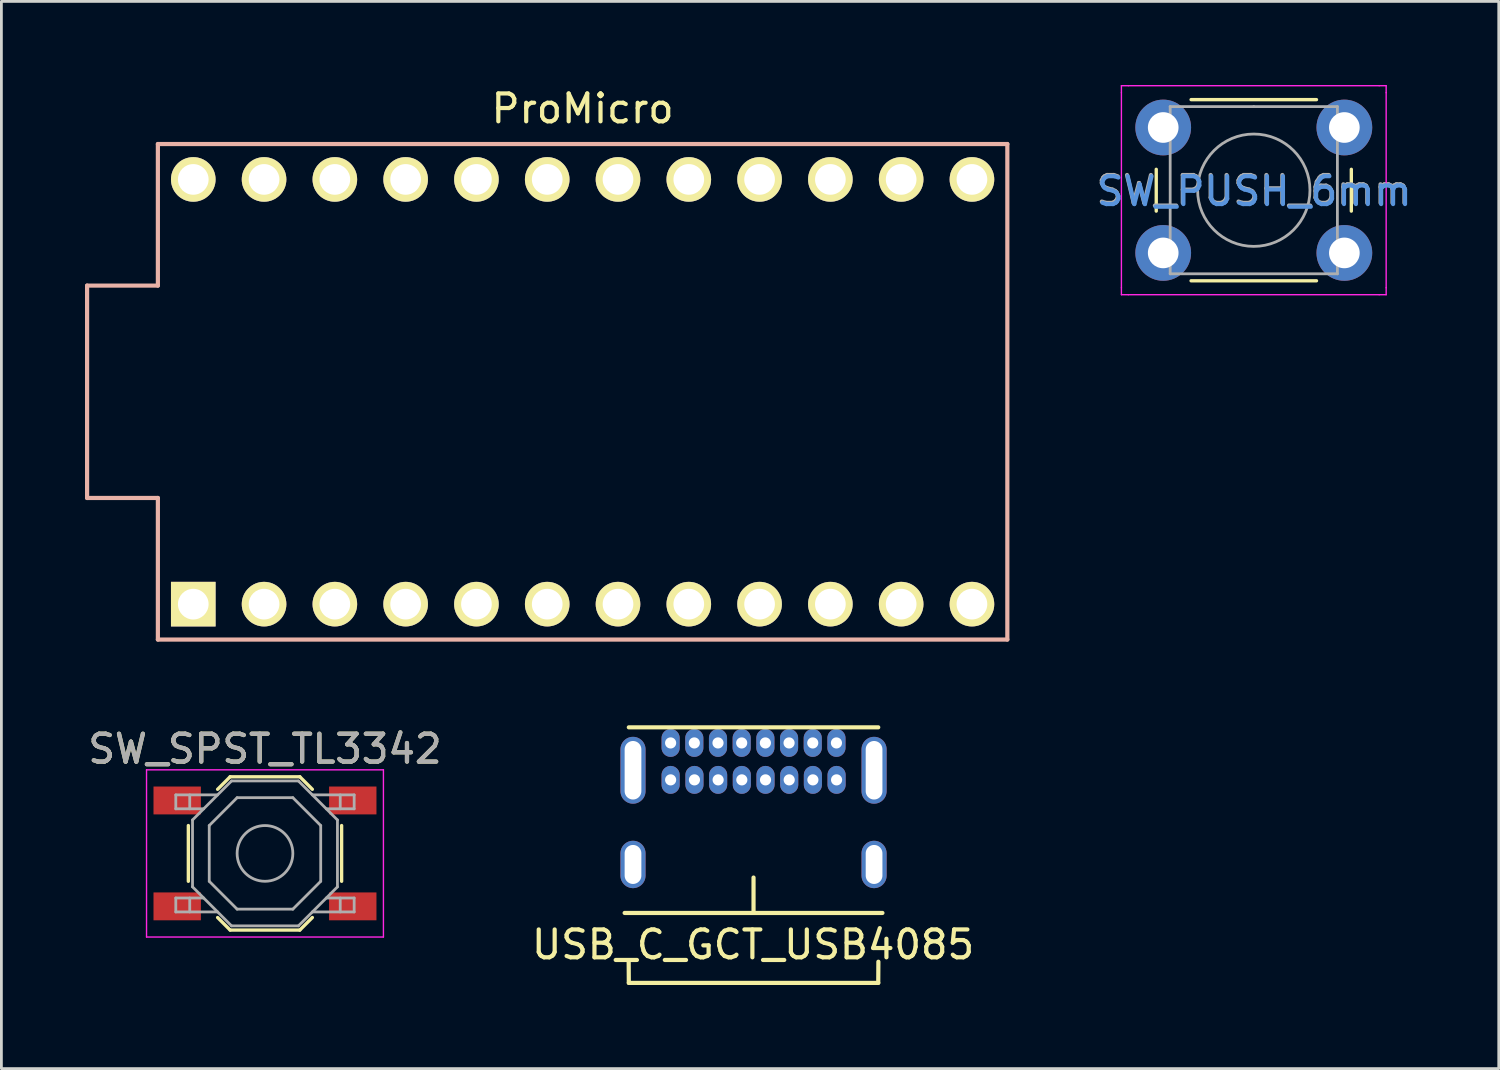
<source format=kicad_pcb>
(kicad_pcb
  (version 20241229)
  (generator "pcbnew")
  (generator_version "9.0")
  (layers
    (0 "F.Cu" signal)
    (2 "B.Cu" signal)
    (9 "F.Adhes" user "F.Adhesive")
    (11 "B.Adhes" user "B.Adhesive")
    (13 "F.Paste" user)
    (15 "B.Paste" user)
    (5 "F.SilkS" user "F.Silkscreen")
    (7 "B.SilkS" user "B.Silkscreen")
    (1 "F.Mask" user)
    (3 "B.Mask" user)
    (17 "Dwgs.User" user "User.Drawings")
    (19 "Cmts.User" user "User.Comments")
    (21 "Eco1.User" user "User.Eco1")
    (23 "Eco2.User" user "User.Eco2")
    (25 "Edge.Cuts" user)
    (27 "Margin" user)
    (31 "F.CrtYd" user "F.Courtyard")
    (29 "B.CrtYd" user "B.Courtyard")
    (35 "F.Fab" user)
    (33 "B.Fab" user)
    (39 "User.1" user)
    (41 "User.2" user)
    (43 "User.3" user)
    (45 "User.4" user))
  (footprint "ProMicro"
    (layer "F.Cu")
    (at 17.855 11.008)
    (property "Reference" "ProMicro" (at 0 -10.16 0) (layer "F.SilkS") (effects (font (size 1 1) (thickness 0.15))))
    (attr through_hole)
    (fp_line (start -17.78 -3.81) (end -15.24 -3.81) (stroke (width 0.15) (type solid)) (layer "B.SilkS"))
    (fp_line (start -17.78 3.81) (end -17.78 -3.81) (stroke (width 0.15) (type solid)) (layer "B.SilkS"))
    (fp_line (start -15.24 -8.89) (end 15.24 -8.89) (stroke (width 0.15) (type solid)) (layer "B.SilkS"))
    (fp_line (start -15.24 -3.81) (end -15.24 -8.89) (stroke (width 0.15) (type solid)) (layer "B.SilkS"))
    (fp_line (start -15.24 3.81) (end -17.78 3.81) (stroke (width 0.15) (type solid)) (layer "B.SilkS"))
    (fp_line (start -15.24 8.89) (end -15.24 3.81) (stroke (width 0.15) (type solid)) (layer "B.SilkS"))
    (fp_line (start -15.24 8.89) (end 15.24 8.89) (stroke (width 0.15) (type solid)) (layer "B.SilkS"))
    (fp_line (start 15.24 -8.89) (end 15.24 8.89) (stroke (width 0.15) (type solid)) (layer "B.SilkS"))
    (pad "1" thru_hole rect (at -13.97 7.62) (size 1.6 1.6) (drill 1.1) (layers "*.Cu" "*.Mask" "F.SilkS"))
    (pad "2" thru_hole circle (at -11.43 7.62) (size 1.6 1.6) (drill 1.1) (layers "*.Cu" "*.Mask" "F.SilkS"))
    (pad "3" thru_hole circle (at -8.89 7.62) (size 1.6 1.6) (drill 1.1) (layers "*.Cu" "*.Mask" "F.SilkS"))
    (pad "4" thru_hole circle (at -6.35 7.62) (size 1.6 1.6) (drill 1.1) (layers "*.Cu" "*.Mask" "F.SilkS"))
    (pad "5" thru_hole circle (at -3.81 7.62) (size 1.6 1.6) (drill 1.1) (layers "*.Cu" "*.Mask" "F.SilkS"))
    (pad "6" thru_hole circle (at -1.27 7.62) (size 1.6 1.6) (drill 1.1) (layers "*.Cu" "*.Mask" "F.SilkS"))
    (pad "7" thru_hole circle (at 1.27 7.62) (size 1.6 1.6) (drill 1.1) (layers "*.Cu" "*.Mask" "F.SilkS"))
    (pad "8" thru_hole circle (at 3.81 7.62) (size 1.6 1.6) (drill 1.1) (layers "*.Cu" "*.Mask" "F.SilkS"))
    (pad "9" thru_hole circle (at 6.35 7.62) (size 1.6 1.6) (drill 1.1) (layers "*.Cu" "*.Mask" "F.SilkS"))
    (pad "10" thru_hole circle (at 8.89 7.62) (size 1.6 1.6) (drill 1.1) (layers "*.Cu" "*.Mask" "F.SilkS"))
    (pad "11" thru_hole circle (at 11.43 7.62) (size 1.6 1.6) (drill 1.1) (layers "*.Cu" "*.Mask" "F.SilkS"))
    (pad "12" thru_hole circle (at 13.97 7.62) (size 1.6 1.6) (drill 1.1) (layers "*.Cu" "*.Mask" "F.SilkS"))
    (pad "13" thru_hole circle (at 13.97 -7.62) (size 1.6 1.6) (drill 1.1) (layers "*.Cu" "*.Mask" "F.SilkS"))
    (pad "14" thru_hole circle (at 11.43 -7.62) (size 1.6 1.6) (drill 1.1) (layers "*.Cu" "*.Mask" "F.SilkS"))
    (pad "15" thru_hole circle (at 8.89 -7.62) (size 1.6 1.6) (drill 1.1) (layers "*.Cu" "*.Mask" "F.SilkS"))
    (pad "16" thru_hole circle (at 6.35 -7.62) (size 1.6 1.6) (drill 1.1) (layers "*.Cu" "*.Mask" "F.SilkS"))
    (pad "17" thru_hole circle (at 3.81 -7.62) (size 1.6 1.6) (drill 1.1) (layers "*.Cu" "*.Mask" "F.SilkS"))
    (pad "18" thru_hole circle (at 1.27 -7.62) (size 1.6 1.6) (drill 1.1) (layers "*.Cu" "*.Mask" "F.SilkS"))
    (pad "19" thru_hole circle (at -1.27 -7.62) (size 1.6 1.6) (drill 1.1) (layers "*.Cu" "*.Mask" "F.SilkS"))
    (pad "20" thru_hole circle (at -3.81 -7.62) (size 1.6 1.6) (drill 1.1) (layers "*.Cu" "*.Mask" "F.SilkS"))
    (pad "21" thru_hole circle (at -6.35 -7.62) (size 1.6 1.6) (drill 1.1) (layers "*.Cu" "*.Mask" "F.SilkS"))
    (pad "22" thru_hole circle (at -8.89 -7.62) (size 1.6 1.6) (drill 1.1) (layers "*.Cu" "*.Mask" "F.SilkS"))
    (pad "23" thru_hole circle (at -11.43 -7.62) (size 1.6 1.6) (drill 1.1) (layers "*.Cu" "*.Mask" "F.SilkS"))
    (pad "24" thru_hole circle (at -13.97 -7.62) (size 1.6 1.6) (drill 1.1) (layers "*.Cu" "*.Mask" "F.SilkS")))
  (footprint "USB_C_GCT_USB4085"
    (layer "F.Cu")
    (at 23.988 29.708)
    (property "Reference" "USB_C_GCT_USB4085" (at -0.017 1.137 0) (layer "F.SilkS") (effects (font (size 1 1) (thickness 0.15))))
    (attr through_hole)
    (fp_line (start -4.625 0) (end 4.625 0) (stroke (width 0.15) (type solid)) (layer "F.SilkS"))
    (fp_line (start -4.475 -6.66) (end 4.475 -6.66) (stroke (width 0.15) (type solid)) (layer "F.SilkS"))
    (fp_line (start -4.475 2.51) (end -4.48 1.75) (stroke (width 0.15) (type solid)) (layer "F.SilkS"))
    (fp_line (start -4.475 2.51) (end 4.475 2.51) (stroke (width 0.15) (type solid)) (layer "F.SilkS"))
    (fp_line (start 0 0) (end 0 -1.27) (stroke (width 0.15) (type solid)) (layer "F.SilkS"))
    (fp_line (start 4.48 1.75) (end 4.475 2.51) (stroke (width 0.15) (type solid)) (layer "F.SilkS"))
    (pad "A1" thru_hole oval (at -2.975 -6.1) (size 0.65 1) (drill 0.4) (layers "*.Cu" "*.Mask"))
    (pad "A4" thru_hole oval (at -2.125 -6.1) (size 0.65 1) (drill 0.4) (layers "*.Cu" "*.Mask"))
    (pad "A5" thru_hole oval (at -1.275 -6.1) (size 0.65 1) (drill 0.4) (layers "*.Cu" "*.Mask"))
    (pad "A6" thru_hole oval (at -0.425 -6.1) (size 0.65 1) (drill 0.4) (layers "*.Cu" "*.Mask"))
    (pad "A7" thru_hole oval (at 0.425 -6.1) (size 0.65 1) (drill 0.4) (layers "*.Cu" "*.Mask"))
    (pad "A8" thru_hole oval (at 1.275 -6.1) (size 0.65 1) (drill 0.4) (layers "*.Cu" "*.Mask"))
    (pad "A9" thru_hole oval (at 2.125 -6.1) (size 0.65 1) (drill 0.4) (layers "*.Cu" "*.Mask"))
    (pad "A12" thru_hole oval (at 2.975 -6.1) (size 0.65 1) (drill 0.4) (layers "*.Cu" "*.Mask"))
    (pad "B1" thru_hole oval (at 2.98 -4.775) (size 0.65 1) (drill 0.4) (layers "*.Cu" "*.Mask"))
    (pad "B4" thru_hole oval (at 2.13 -4.775) (size 0.65 1) (drill 0.4) (layers "*.Cu" "*.Mask"))
    (pad "B5" thru_hole oval (at 1.28 -4.775) (size 0.65 1) (drill 0.4) (layers "*.Cu" "*.Mask"))
    (pad "B6" thru_hole oval (at 0.43 -4.775) (size 0.65 1) (drill 0.4) (layers "*.Cu" "*.Mask"))
    (pad "B7" thru_hole oval (at -0.42 -4.775) (size 0.65 1) (drill 0.4) (layers "*.Cu" "*.Mask"))
    (pad "B8" thru_hole oval (at -1.27 -4.775) (size 0.65 1) (drill 0.4) (layers "*.Cu" "*.Mask"))
    (pad "B9" thru_hole oval (at -2.12 -4.775) (size 0.65 1) (drill 0.4) (layers "*.Cu" "*.Mask"))
    (pad "B12" thru_hole oval (at -2.975 -4.775) (size 0.65 1) (drill 0.4) (layers "*.Cu" "*.Mask"))
    (pad "S1" thru_hole oval (at -4.325 -5.12) (size 0.9 2.4) (drill oval 0.6 2.1) (layers "*.Cu" "*.Mask"))
    (pad "S1" thru_hole oval (at -4.325 -1.74) (size 0.9 1.7) (drill oval 0.6 1.4) (layers "*.Cu" "*.Mask"))
    (pad "S1" thru_hole oval (at 4.325 -5.12) (size 0.9 2.4) (drill oval 0.6 2.1) (layers "*.Cu" "*.Mask"))
    (pad "S1" thru_hole oval (at 4.325 -1.74) (size 0.9 1.7) (drill oval 0.6 1.4) (layers "*.Cu" "*.Mask")))
  (footprint "SW_PUSH_6mm"
    (layer "F.Cu")
    (at 38.688 1.525)
    (property "Reference" "SW_PUSH_6mm" (at 3.272 2.292 0) (layer "Cmts.User") (effects (font (size 1 1) (thickness 0.15))))
    (attr through_hole)
    (fp_line (start -0.25 1.5) (end -0.25 3) (stroke (width 0.12) (type solid)) (layer "F.SilkS"))
    (fp_line (start 1 5.5) (end 5.5 5.5) (stroke (width 0.12) (type solid)) (layer "F.SilkS"))
    (fp_line (start 5.5 -1) (end 1 -1) (stroke (width 0.12) (type solid)) (layer "F.SilkS"))
    (fp_line (start 6.75 3) (end 6.75 1.5) (stroke (width 0.12) (type solid)) (layer "F.SilkS"))
    (fp_line (start -1.5 -1.5) (end -1.25 -1.5) (stroke (width 0.05) (type solid)) (layer "F.CrtYd"))
    (fp_line (start -1.5 -1.25) (end -1.5 -1.5) (stroke (width 0.05) (type solid)) (layer "F.CrtYd"))
    (fp_line (start -1.5 5.75) (end -1.5 -1.25) (stroke (width 0.05) (type solid)) (layer "F.CrtYd"))
    (fp_line (start -1.5 5.75) (end -1.5 6) (stroke (width 0.05) (type solid)) (layer "F.CrtYd"))
    (fp_line (start -1.5 6) (end -1.25 6) (stroke (width 0.05) (type solid)) (layer "F.CrtYd"))
    (fp_line (start -1.25 -1.5) (end 7.75 -1.5) (stroke (width 0.05) (type solid)) (layer "F.CrtYd"))
    (fp_line (start 7.75 -1.5) (end 8 -1.5) (stroke (width 0.05) (type solid)) (layer "F.CrtYd"))
    (fp_line (start 7.75 6) (end -1.25 6) (stroke (width 0.05) (type solid)) (layer "F.CrtYd"))
    (fp_line (start 7.75 6) (end 8 6) (stroke (width 0.05) (type solid)) (layer "F.CrtYd"))
    (fp_line (start 8 -1.5) (end 8 -1.25) (stroke (width 0.05) (type solid)) (layer "F.CrtYd"))
    (fp_line (start 8 -1.25) (end 8 5.75) (stroke (width 0.05) (type solid)) (layer "F.CrtYd"))
    (fp_line (start 8 6) (end 8 5.75) (stroke (width 0.05) (type solid)) (layer "F.CrtYd"))
    (fp_line (start 0.25 -0.75) (end 3.25 -0.75) (stroke (width 0.1) (type solid)) (layer "F.Fab"))
    (fp_line (start 0.25 5.25) (end 0.25 -0.75) (stroke (width 0.1) (type solid)) (layer "F.Fab"))
    (fp_line (start 3.25 -0.75) (end 6.25 -0.75) (stroke (width 0.1) (type solid)) (layer "F.Fab"))
    (fp_line (start 6.25 -0.75) (end 6.25 5.25) (stroke (width 0.1) (type solid)) (layer "F.Fab"))
    (fp_line (start 6.25 5.25) (end 0.25 5.25) (stroke (width 0.1) (type solid)) (layer "F.Fab"))
    (fp_circle (center 3.25 2.25) (end 1.25 2.5) (stroke (width 0.1) (type solid)) (fill no) (layer "F.Fab"))
    (fp_text user "${REFERENCE}" (at 3.25 2.25 0) (layer "F.Fab") (effects (font (size 1 1) (thickness 0.15))))
    (pad "1" thru_hole circle (at 0 0 90) (size 2 2) (drill 1.1) (layers "*.Cu" "*.Mask"))
    (pad "1" thru_hole circle (at 6.5 0 90) (size 2 2) (drill 1.1) (layers "*.Cu" "*.Mask"))
    (pad "2" thru_hole circle (at 0 4.5 90) (size 2 2) (drill 1.1) (layers "*.Cu" "*.Mask"))
    (pad "2" thru_hole circle (at 6.5 4.5 90) (size 2 2) (drill 1.1) (layers "*.Cu" "*.Mask")))
  (footprint "SW_SPST_TL3342"
    (layer "F.Cu")
    (at 6.458 27.572)
    (property "Reference" "SW_SPST_TL3342" (at 0 -3.75 180) (layer "F.SilkS") (effects (font (size 1 1) (thickness 0.15))))
    (attr smd)
    (fp_line (start -2.75 -1) (end -2.75 1) (stroke (width 0.12) (type solid)) (layer "F.SilkS"))
    (fp_line (start -1.7 -2.3) (end -1.25 -2.75) (stroke (width 0.12) (type solid)) (layer "F.SilkS"))
    (fp_line (start -1.7 2.3) (end -1.25 2.75) (stroke (width 0.12) (type solid)) (layer "F.SilkS"))
    (fp_line (start -1.25 -2.75) (end 1.25 -2.75) (stroke (width 0.12) (type solid)) (layer "F.SilkS"))
    (fp_line (start -1.25 2.75) (end 1.25 2.75) (stroke (width 0.12) (type solid)) (layer "F.SilkS"))
    (fp_line (start 1.7 -2.3) (end 1.25 -2.75) (stroke (width 0.12) (type solid)) (layer "F.SilkS"))
    (fp_line (start 1.7 2.3) (end 1.25 2.75) (stroke (width 0.12) (type solid)) (layer "F.SilkS"))
    (fp_line (start 2.75 -1) (end 2.75 1) (stroke (width 0.12) (type solid)) (layer "F.SilkS"))
    (fp_line (start -4.25 -3) (end 4.25 -3) (stroke (width 0.05) (type solid)) (layer "F.CrtYd"))
    (fp_line (start -4.25 3) (end -4.25 -3) (stroke (width 0.05) (type solid)) (layer "F.CrtYd"))
    (fp_line (start 4.25 -3) (end 4.25 3) (stroke (width 0.05) (type solid)) (layer "F.CrtYd"))
    (fp_line (start 4.25 3) (end -4.25 3) (stroke (width 0.05) (type solid)) (layer "F.CrtYd"))
    (fp_line (start -3.2 -2.1) (end -3.2 -1.6) (stroke (width 0.1) (type solid)) (layer "F.Fab"))
    (fp_line (start -3.2 -1.6) (end -2.2 -1.6) (stroke (width 0.1) (type solid)) (layer "F.Fab"))
    (fp_line (start -3.2 1.6) (end -2.2 1.6) (stroke (width 0.1) (type solid)) (layer "F.Fab"))
    (fp_line (start -3.2 2.1) (end -3.2 1.6) (stroke (width 0.1) (type solid)) (layer "F.Fab"))
    (fp_line (start -2.7 -2.1) (end -2.7 -1.6) (stroke (width 0.1) (type solid)) (layer "F.Fab"))
    (fp_line (start -2.7 2.1) (end -2.7 1.6) (stroke (width 0.1) (type solid)) (layer "F.Fab"))
    (fp_line (start -2.6 -1.2) (end -2.6 1.2) (stroke (width 0.1) (type solid)) (layer "F.Fab"))
    (fp_line (start -2.6 1.2) (end -1.2 2.6) (stroke (width 0.1) (type solid)) (layer "F.Fab"))
    (fp_line (start -2 -1) (end -1 -2) (stroke (width 0.1) (type solid)) (layer "F.Fab"))
    (fp_line (start -2 1) (end -2 -1) (stroke (width 0.1) (type solid)) (layer "F.Fab"))
    (fp_line (start -1.7 -2.1) (end -3.2 -2.1) (stroke (width 0.1) (type solid)) (layer "F.Fab"))
    (fp_line (start -1.7 2.1) (end -3.2 2.1) (stroke (width 0.1) (type solid)) (layer "F.Fab"))
    (fp_line (start -1.2 -2.6) (end -2.6 -1.2) (stroke (width 0.1) (type solid)) (layer "F.Fab"))
    (fp_line (start -1.2 2.6) (end 1.2 2.6) (stroke (width 0.1) (type solid)) (layer "F.Fab"))
    (fp_line (start -1 -2) (end 1 -2) (stroke (width 0.1) (type solid)) (layer "F.Fab"))
    (fp_line (start -1 2) (end -2 1) (stroke (width 0.1) (type solid)) (layer "F.Fab"))
    (fp_line (start 1 -2) (end 2 -1) (stroke (width 0.1) (type solid)) (layer "F.Fab"))
    (fp_line (start 1 2) (end -1 2) (stroke (width 0.1) (type solid)) (layer "F.Fab"))
    (fp_line (start 1.2 -2.6) (end -1.2 -2.6) (stroke (width 0.1) (type solid)) (layer "F.Fab"))
    (fp_line (start 1.2 2.6) (end 2.6 1.2) (stroke (width 0.1) (type solid)) (layer "F.Fab"))
    (fp_line (start 1.7 -2.1) (end 3.2 -2.1) (stroke (width 0.1) (type solid)) (layer "F.Fab"))
    (fp_line (start 1.7 2.1) (end 3.2 2.1) (stroke (width 0.1) (type solid)) (layer "F.Fab"))
    (fp_line (start 2 -1) (end 2 1) (stroke (width 0.1) (type solid)) (layer "F.Fab"))
    (fp_line (start 2 1) (end 1 2) (stroke (width 0.1) (type solid)) (layer "F.Fab"))
    (fp_line (start 2.6 -1.2) (end 1.2 -2.6) (stroke (width 0.1) (type solid)) (layer "F.Fab"))
    (fp_line (start 2.6 1.2) (end 2.6 -1.2) (stroke (width 0.1) (type solid)) (layer "F.Fab"))
    (fp_line (start 2.7 -2.1) (end 2.7 -1.6) (stroke (width 0.1) (type solid)) (layer "F.Fab"))
    (fp_line (start 2.7 2.1) (end 2.7 1.6) (stroke (width 0.1) (type solid)) (layer "F.Fab"))
    (fp_line (start 3.2 -2.1) (end 3.2 -1.6) (stroke (width 0.1) (type solid)) (layer "F.Fab"))
    (fp_line (start 3.2 -1.6) (end 2.2 -1.6) (stroke (width 0.1) (type solid)) (layer "F.Fab"))
    (fp_line (start 3.2 1.6) (end 2.2 1.6) (stroke (width 0.1) (type solid)) (layer "F.Fab"))
    (fp_line (start 3.2 2.1) (end 3.2 1.6) (stroke (width 0.1) (type solid)) (layer "F.Fab"))
    (fp_circle (center 0 0) (end 1 0) (stroke (width 0.1) (type solid)) (fill no) (layer "F.Fab"))
    (fp_text user "${REFERENCE}" (at 0 -3.75 180) (layer "F.Fab") (effects (font (size 1 1) (thickness 0.15))))
    (pad "1" smd rect (at -3.15 -1.9) (size 1.7 1) (layers "F.Cu" "F.Mask" "F.Paste"))
    (pad "1" smd rect (at 3.15 -1.9) (size 1.7 1) (layers "F.Cu" "F.Mask" "F.Paste"))
    (pad "2" smd rect (at -3.15 1.9) (size 1.7 1) (layers "F.Cu" "F.Mask" "F.Paste"))
    (pad "2" smd rect (at 3.15 1.9) (size 1.7 1) (layers "F.Cu" "F.Mask" "F.Paste")))
  (gr_rect
    (start -3 -3)
    (end 50.728 35.293)
    (stroke (width 0.1) (type default))
    (fill no)
    (layer "Edge.Cuts")))
</source>
